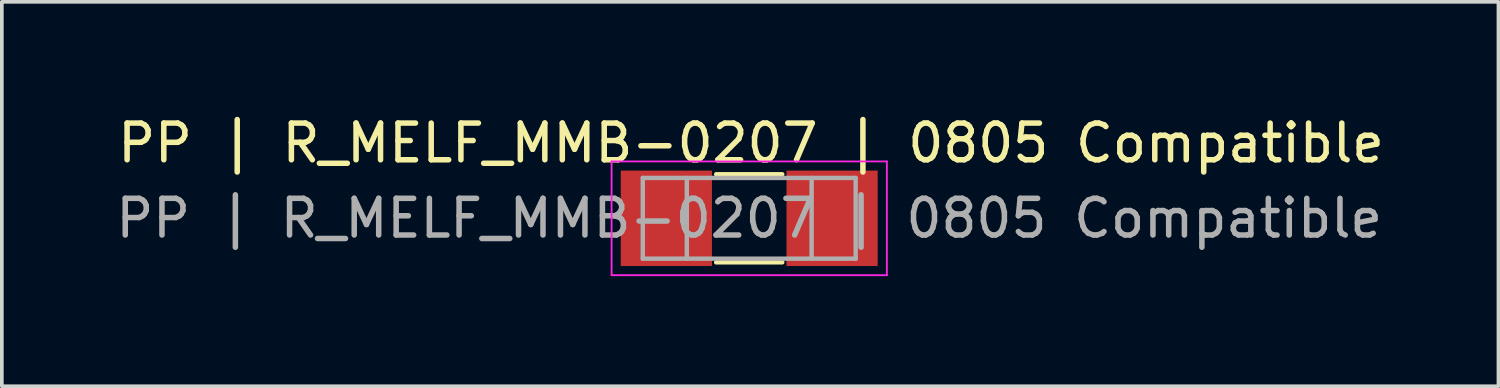
<source format=kicad_pcb>
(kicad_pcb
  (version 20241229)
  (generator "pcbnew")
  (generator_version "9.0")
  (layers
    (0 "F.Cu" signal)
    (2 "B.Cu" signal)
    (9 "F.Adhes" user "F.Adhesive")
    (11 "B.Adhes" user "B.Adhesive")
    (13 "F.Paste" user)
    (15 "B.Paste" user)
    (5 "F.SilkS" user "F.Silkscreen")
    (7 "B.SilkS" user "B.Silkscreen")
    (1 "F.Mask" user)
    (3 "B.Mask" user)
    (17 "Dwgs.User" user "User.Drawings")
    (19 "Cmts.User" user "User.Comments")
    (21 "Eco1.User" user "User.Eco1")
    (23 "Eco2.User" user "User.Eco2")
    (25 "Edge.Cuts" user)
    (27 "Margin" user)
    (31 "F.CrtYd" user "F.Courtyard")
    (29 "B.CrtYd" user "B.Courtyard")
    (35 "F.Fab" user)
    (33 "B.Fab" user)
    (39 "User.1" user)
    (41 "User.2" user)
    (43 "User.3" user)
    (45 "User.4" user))
  (footprint "PP | R_MELF_MMB-0207 | 0805 Compatible"
    (layer "F.Cu")
    (at 17.363 2.898)
    (property "Reference" "PP | R_MELF_MMB-0207 | 0805 Compatible" (at 0.05 -2.05 0) (layer "F.SilkS") (effects (font (size 1 1) (thickness 0.15))))
    (attr smd)
    (fp_line (start 0.9 -1.2) (end -0.9 -1.2) (stroke (width 0.12) (type solid)) (layer "F.SilkS"))
    (fp_line (start 0.9 1.2) (end -0.9 1.2) (stroke (width 0.12) (type solid)) (layer "F.SilkS"))
    (fp_line (start -3.75 -1.55) (end -3.75 1.55) (stroke (width 0.05) (type solid)) (layer "F.CrtYd"))
    (fp_line (start -3.75 -1.55) (end 3.75 -1.55) (stroke (width 0.05) (type solid)) (layer "F.CrtYd"))
    (fp_line (start 3.75 1.55) (end -3.75 1.55) (stroke (width 0.05) (type solid)) (layer "F.CrtYd"))
    (fp_line (start 3.75 1.55) (end 3.75 -1.55) (stroke (width 0.05) (type solid)) (layer "F.CrtYd"))
    (fp_line (start -2.9 -1.1) (end -2.9 1.1) (stroke (width 0.12) (type solid)) (layer "F.Fab"))
    (fp_line (start -2.9 1.1) (end 2.9 1.1) (stroke (width 0.12) (type solid)) (layer "F.Fab"))
    (fp_line (start -1.7 -1.1) (end -1.7 1.1) (stroke (width 0.12) (type solid)) (layer "F.Fab"))
    (fp_line (start 1.7 -1.1) (end 1.7 1.1) (stroke (width 0.12) (type solid)) (layer "F.Fab"))
    (fp_line (start 2.9 -1.1) (end -2.9 -1.1) (stroke (width 0.12) (type solid)) (layer "F.Fab"))
    (fp_line (start 2.9 1.1) (end 2.9 -1.1) (stroke (width 0.12) (type solid)) (layer "F.Fab"))
    (fp_text user "${REFERENCE}" (at 0 0 0) (layer "F.Fab") (effects (font (size 1 1) (thickness 0.15))))
    (pad "1" smd rect (at -2.258 0) (size 2.484 2.6) (layers "F.Cu" "F.Mask" "F.Paste"))
    (pad "2" smd rect (at 2.258 0) (size 2.484 2.6) (layers "F.Cu" "F.Mask" "F.Paste")))
  (gr_rect
    (start -3 -3)
    (end 37.776 7.473)
    (stroke (width 0.1) (type default))
    (fill no)
    (layer "Edge.Cuts")))
</source>
